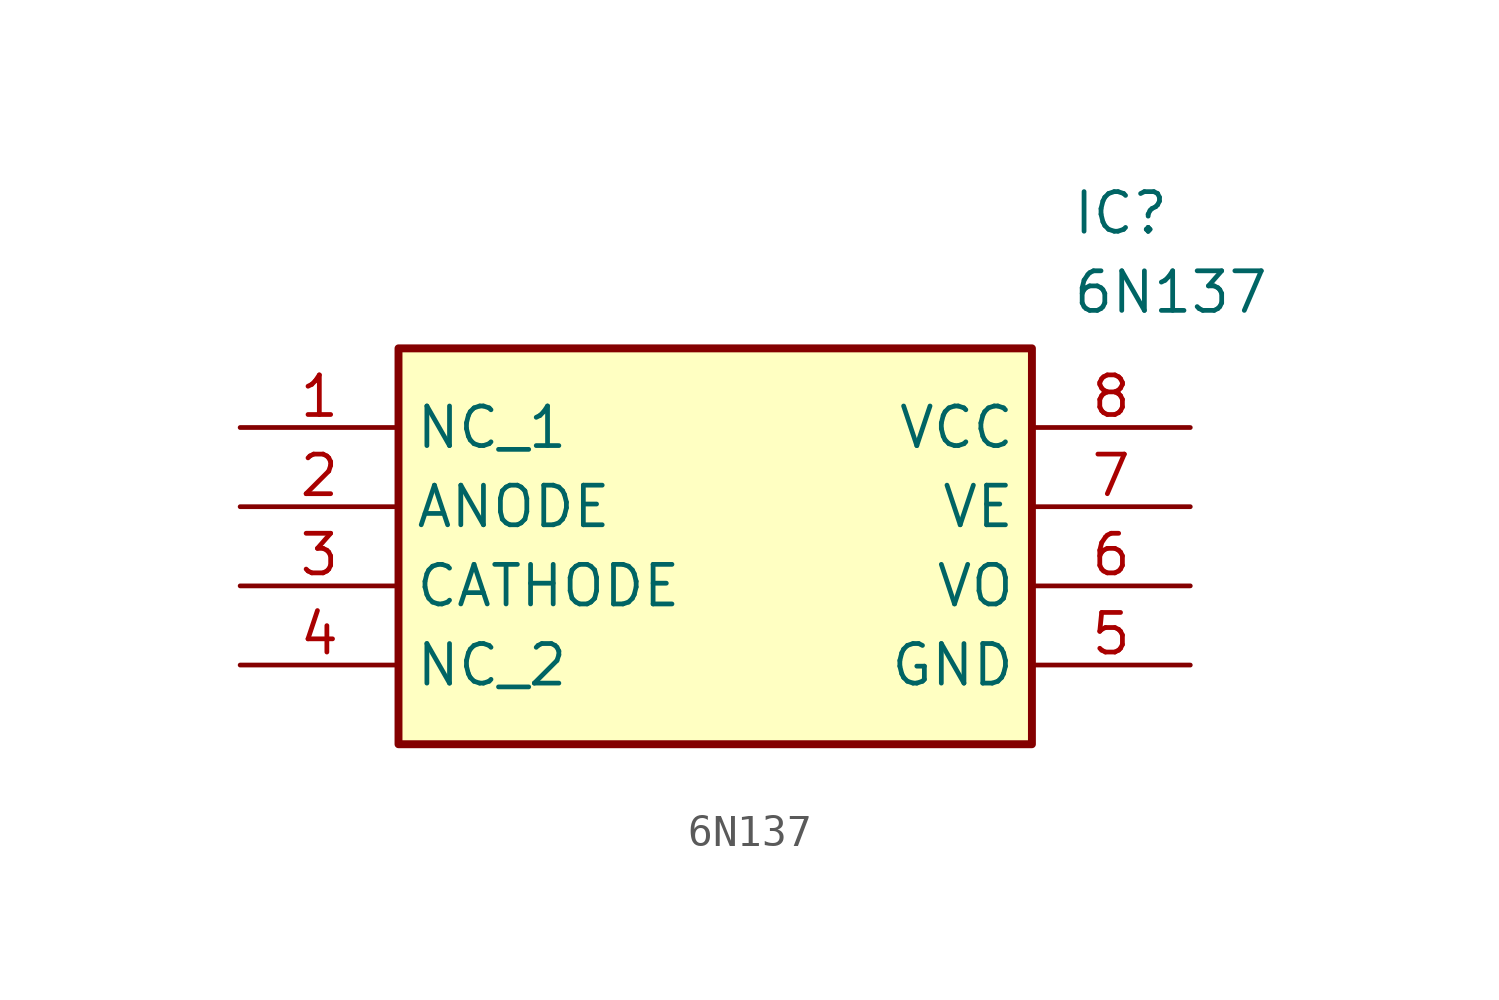
<source format=kicad_sym>
(kicad_symbol_lib
  (version 20211014)
  (generator SamacSys_ECAD_Model)
  (symbol "6N137"
    (property "Reference" "IC"
      (at 26.67 7.62 0)
      (effects (font (size 1.27 1.27)) (justify left top)))
    (property "Value" "6N137"
      (at 26.67 5.08 0)
      (effects (font (size 1.27 1.27)) (justify left top)))
    (rectangle
      (start 5.08 2.54)
      (end 25.4 -10.16)
      (stroke (width 0.254) (type default))
      (fill (type background)))
    (pin passive line
      (at 0 0 0)
      (length 5.08)
      (name "NC_1" (effects (font (size 1.27 1.27))))
      (number "1" (effects (font (size 1.27 1.27)))))
    (pin passive line
      (at 0 -2.54 0)
      (length 5.08)
      (name "ANODE" (effects (font (size 1.27 1.27))))
      (number "2" (effects (font (size 1.27 1.27)))))
    (pin passive line
      (at 0 -5.08 0)
      (length 5.08)
      (name "CATHODE" (effects (font (size 1.27 1.27))))
      (number "3" (effects (font (size 1.27 1.27)))))
    (pin passive line
      (at 0 -7.62 0)
      (length 5.08)
      (name "NC_2" (effects (font (size 1.27 1.27))))
      (number "4" (effects (font (size 1.27 1.27)))))
    (pin passive line
      (at 30.48 0 180)
      (length 5.08)
      (name "VCC" (effects (font (size 1.27 1.27))))
      (number "8" (effects (font (size 1.27 1.27)))))
    (pin passive line
      (at 30.48 -2.54 180)
      (length 5.08)
      (name "VE" (effects (font (size 1.27 1.27))))
      (number "7" (effects (font (size 1.27 1.27)))))
    (pin passive line
      (at 30.48 -5.08 180)
      (length 5.08)
      (name "VO" (effects (font (size 1.27 1.27))))
      (number "6" (effects (font (size 1.27 1.27)))))
    (pin passive line
      (at 30.48 -7.62 180)
      (length 5.08)
      (name "GND" (effects (font (size 1.27 1.27))))
      (number "5" (effects (font (size 1.27 1.27)))))))
</source>
